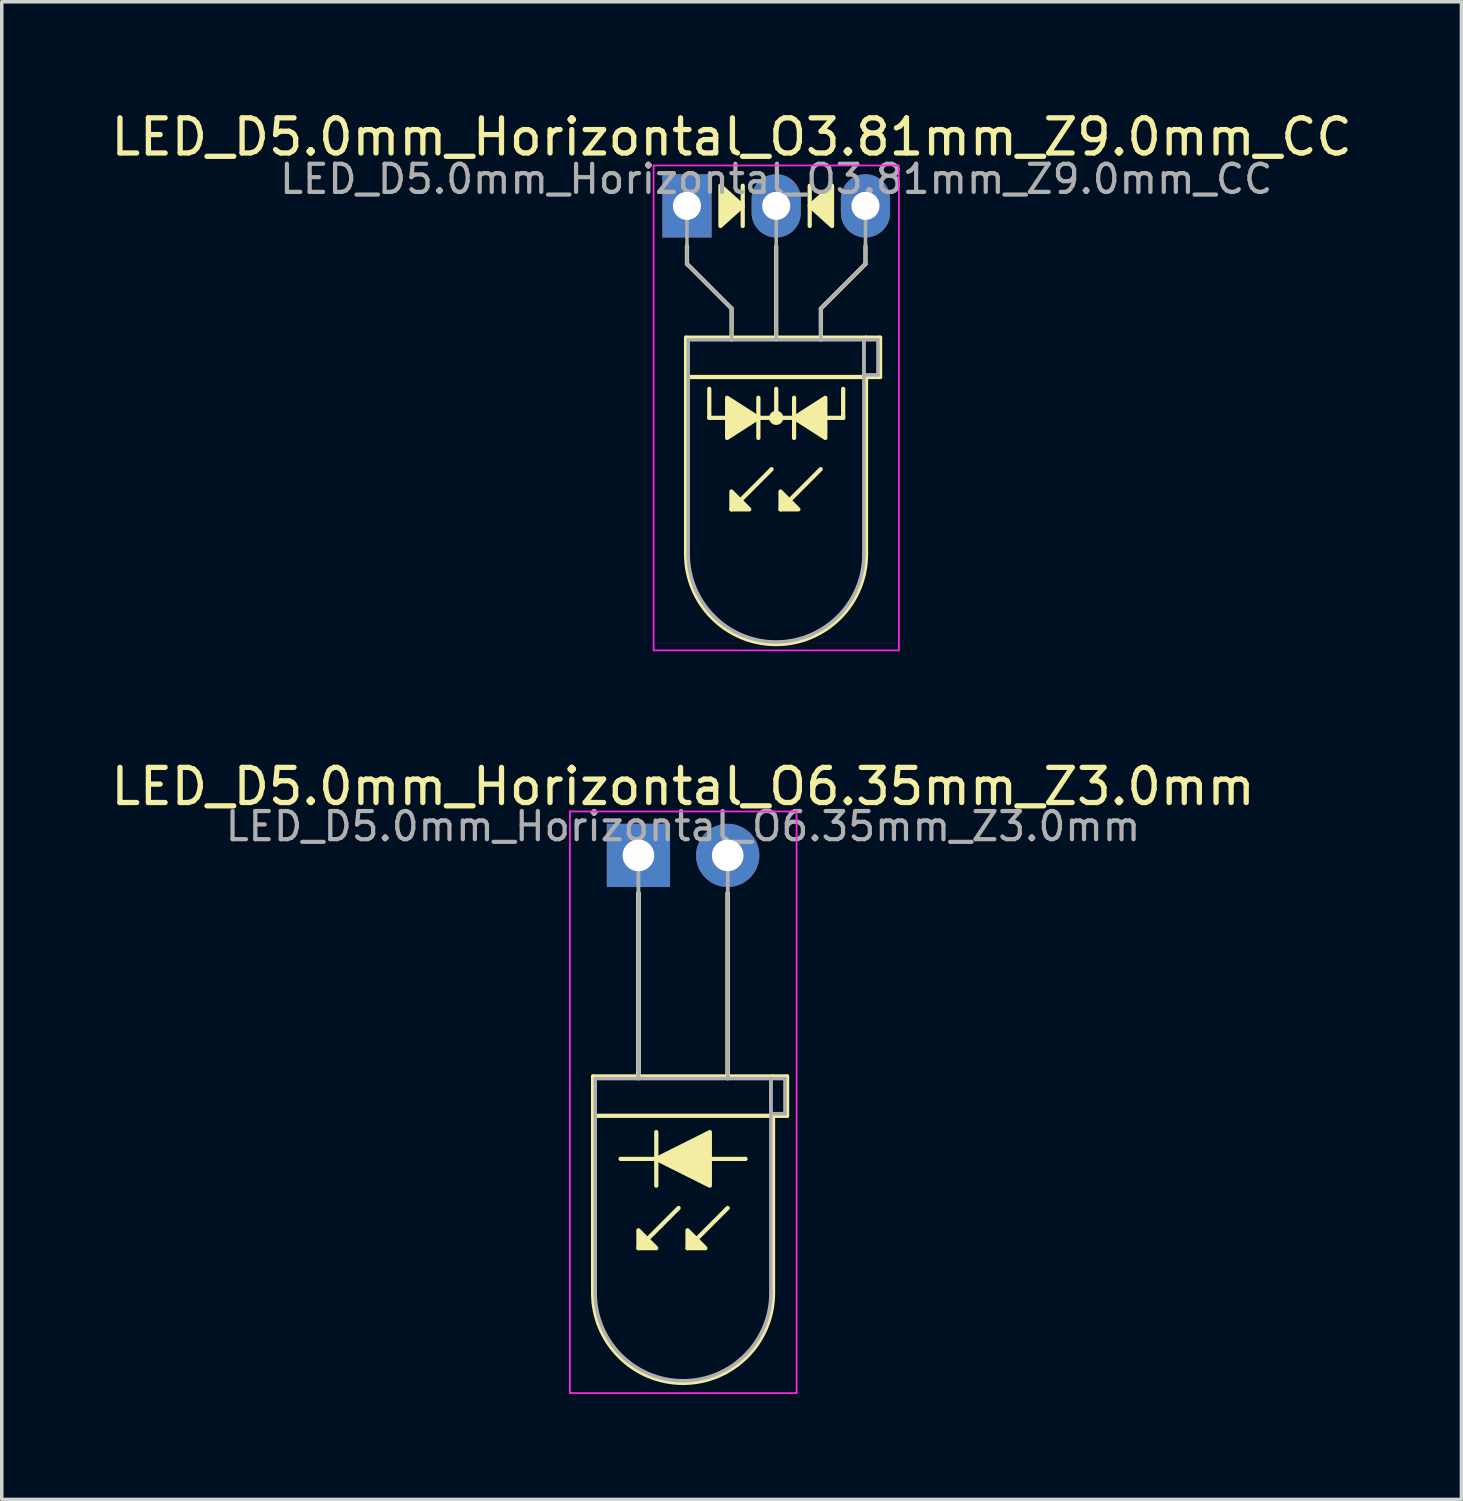
<source format=kicad_pcb>
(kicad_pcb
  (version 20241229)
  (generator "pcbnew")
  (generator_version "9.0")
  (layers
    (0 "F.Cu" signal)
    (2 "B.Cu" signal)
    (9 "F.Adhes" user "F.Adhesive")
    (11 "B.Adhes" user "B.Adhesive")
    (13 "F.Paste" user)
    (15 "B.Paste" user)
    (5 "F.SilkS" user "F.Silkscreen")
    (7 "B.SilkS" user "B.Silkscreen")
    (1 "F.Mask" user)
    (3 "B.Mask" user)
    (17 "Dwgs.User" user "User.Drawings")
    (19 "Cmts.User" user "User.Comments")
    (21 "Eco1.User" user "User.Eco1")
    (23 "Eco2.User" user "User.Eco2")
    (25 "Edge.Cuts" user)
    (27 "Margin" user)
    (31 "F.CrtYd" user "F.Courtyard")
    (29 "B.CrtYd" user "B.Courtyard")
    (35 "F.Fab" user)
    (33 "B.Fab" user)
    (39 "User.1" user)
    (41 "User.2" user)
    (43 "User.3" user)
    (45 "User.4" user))
  (footprint "LED_D5.0mm_Horizontal_O6.35mm_Z3.0mm"
    (layer "F.Cu")
    (at 15.117 21.291)
    (property "Reference" "LED_D5.0mm_Horizontal_O6.35mm_Z3.0mm" (at 1.27 -1.96 0) (layer "F.SilkS") (effects (font (size 1 1) (thickness 0.15))))
    (fp_line (start -1.29 6.29) (end -1.29 12.45) (stroke (width 0.12) (type solid)) (layer "F.SilkS"))
    (fp_line (start -1.29 6.29) (end 3.83 6.29) (stroke (width 0.12) (type solid)) (layer "F.SilkS"))
    (fp_line (start 0 1.08) (end 0 1.08) (stroke (width 0.12) (type solid)) (layer "F.SilkS"))
    (fp_line (start 0 1.08) (end 0 6.29) (stroke (width 0.12) (type solid)) (layer "F.SilkS"))
    (fp_line (start 0 6.29) (end 0 1.08) (stroke (width 0.12) (type solid)) (layer "F.SilkS"))
    (fp_line (start 0 6.29) (end 0 6.29) (stroke (width 0.12) (type solid)) (layer "F.SilkS"))
    (fp_line (start 0.508 7.874) (end 0.508 9.398) (stroke (width 0.12) (type solid)) (layer "F.SilkS"))
    (fp_line (start 0.508 8.636) (end -0.508 8.636) (stroke (width 0.12) (type solid)) (layer "F.SilkS"))
    (fp_line (start 1.143 10.033) (end 0 11.176) (stroke (width 0.12) (type solid)) (layer "F.SilkS"))
    (fp_line (start 2.54 1.08) (end 2.54 1.08) (stroke (width 0.12) (type solid)) (layer "F.SilkS"))
    (fp_line (start 2.54 1.08) (end 2.54 6.29) (stroke (width 0.12) (type solid)) (layer "F.SilkS"))
    (fp_line (start 2.54 6.29) (end 2.54 1.08) (stroke (width 0.12) (type solid)) (layer "F.SilkS"))
    (fp_line (start 2.54 6.29) (end 2.54 6.29) (stroke (width 0.12) (type solid)) (layer "F.SilkS"))
    (fp_line (start 2.54 10.033) (end 1.397 11.176) (stroke (width 0.12) (type solid)) (layer "F.SilkS"))
    (fp_line (start 3.048 8.636) (end 2.032 8.636) (stroke (width 0.12) (type solid)) (layer "F.SilkS"))
    (fp_line (start 3.83 6.29) (end 4.23 6.29) (stroke (width 0.12) (type solid)) (layer "F.SilkS"))
    (fp_line (start 3.83 7.41) (end 3.83 12.45) (stroke (width 0.12) (type solid)) (layer "F.SilkS"))
    (fp_line (start 4.23 6.29) (end 4.23 7.41) (stroke (width 0.12) (type solid)) (layer "F.SilkS"))
    (fp_line (start 4.23 7.41) (end -1.27 7.41) (stroke (width 0.12) (type solid)) (layer "F.SilkS"))
    (fp_arc (start 3.83 12.45) (mid 1.27 15.01) (end -1.29 12.45) (stroke (width 0.12) (type solid)) (layer "F.SilkS"))
    (fp_poly (pts (xy 0 10.668) (xy 0.508 11.176) (xy 0 11.176)) (stroke (width 0.12) (type solid)) (fill yes) (layer "F.SilkS"))
    (fp_poly (pts (xy 1.397 10.668) (xy 1.905 11.176) (xy 1.397 11.176)) (stroke (width 0.12) (type solid)) (fill yes) (layer "F.SilkS"))
    (fp_poly (pts (xy 2.032 9.398) (xy 0.508 8.636) (xy 2.032 7.874)) (stroke (width 0.12) (type solid)) (fill yes) (layer "F.SilkS"))
    (fp_line (start -1.95 -1.25) (end -1.95 15.3) (stroke (width 0.05) (type solid)) (layer "F.CrtYd"))
    (fp_line (start -1.95 15.3) (end 4.5 15.3) (stroke (width 0.05) (type solid)) (layer "F.CrtYd"))
    (fp_line (start 4.5 -1.25) (end -1.95 -1.25) (stroke (width 0.05) (type solid)) (layer "F.CrtYd"))
    (fp_line (start 4.5 15.3) (end 4.5 -1.25) (stroke (width 0.05) (type solid)) (layer "F.CrtYd"))
    (fp_line (start -1.23 6.35) (end -1.23 12.45) (stroke (width 0.1) (type solid)) (layer "F.Fab"))
    (fp_line (start -1.23 6.35) (end 3.77 6.35) (stroke (width 0.1) (type solid)) (layer "F.Fab"))
    (fp_line (start 0 0) (end 0 0) (stroke (width 0.1) (type solid)) (layer "F.Fab"))
    (fp_line (start 0 0) (end 0 6.35) (stroke (width 0.1) (type solid)) (layer "F.Fab"))
    (fp_line (start 0 6.35) (end 0 0) (stroke (width 0.1) (type solid)) (layer "F.Fab"))
    (fp_line (start 0 6.35) (end 0 6.35) (stroke (width 0.1) (type solid)) (layer "F.Fab"))
    (fp_line (start 2.54 0) (end 2.54 0) (stroke (width 0.1) (type solid)) (layer "F.Fab"))
    (fp_line (start 2.54 0) (end 2.54 6.35) (stroke (width 0.1) (type solid)) (layer "F.Fab"))
    (fp_line (start 2.54 6.35) (end 2.54 0) (stroke (width 0.1) (type solid)) (layer "F.Fab"))
    (fp_line (start 2.54 6.35) (end 2.54 6.35) (stroke (width 0.1) (type solid)) (layer "F.Fab"))
    (fp_line (start 3.77 6.35) (end 3.77 12.45) (stroke (width 0.1) (type solid)) (layer "F.Fab"))
    (fp_line (start 3.77 6.35) (end 4.17 6.35) (stroke (width 0.1) (type solid)) (layer "F.Fab"))
    (fp_line (start 3.77 7.35) (end 3.77 6.35) (stroke (width 0.1) (type solid)) (layer "F.Fab"))
    (fp_line (start 4.17 6.35) (end 4.17 7.35) (stroke (width 0.1) (type solid)) (layer "F.Fab"))
    (fp_line (start 4.17 7.35) (end 3.77 7.35) (stroke (width 0.1) (type solid)) (layer "F.Fab"))
    (fp_arc (start 3.77 12.45) (mid 1.27 14.95) (end -1.23 12.45) (stroke (width 0.1) (type solid)) (layer "F.Fab"))
    (fp_text user "${REFERENCE}" (at 1.27 -0.826 0) (layer "F.Fab") (effects (font (size 0.8 0.8) (thickness 0.12))))
    (pad "1" thru_hole rect (at 0 0) (size 1.8 1.8) (drill 0.9) (layers "*.Cu" "*.Mask"))
    (pad "2" thru_hole circle (at 2.54 0) (size 1.8 1.8) (drill 0.9) (layers "*.Cu" "*.Mask")))
  (footprint "LED_D5.0mm_Horizontal_O3.81mm_Z9.0mm_CC"
    (layer "F.Cu")
    (at 16.498 2.808)
    (property "Reference" "LED_D5.0mm_Horizontal_O3.81mm_Z9.0mm_CC" (at 1.27 -1.96 0) (layer "F.SilkS") (effects (font (size 1 1) (thickness 0.15))))
    (fp_line (start -0.025 3.75) (end -0.025 9.91) (stroke (width 0.12) (type solid)) (layer "F.SilkS"))
    (fp_line (start -0.025 3.75) (end 5.095 3.75) (stroke (width 0.12) (type solid)) (layer "F.SilkS"))
    (fp_line (start 0 1.143) (end 0 1.651) (stroke (width 0.12) (type default)) (layer "F.SilkS"))
    (fp_line (start 0 1.651) (end 1.27 2.921) (stroke (width 0.12) (type default)) (layer "F.SilkS"))
    (fp_line (start 0.635 6.032) (end 0.635 5.207) (stroke (width 0.12) (type default)) (layer "F.SilkS"))
    (fp_line (start 0.635 6.032) (end 4.445 6.032) (stroke (width 0.12) (type default)) (layer "F.SilkS"))
    (fp_line (start 1.265 3.75) (end 1.265 3.75) (stroke (width 0.12) (type solid)) (layer "F.SilkS"))
    (fp_line (start 1.27 2.921) (end 1.27 3.75) (stroke (width 0.12) (type default)) (layer "F.SilkS"))
    (fp_line (start 1.587 0.572) (end 1.587 -0.572) (stroke (width 0.12) (type solid)) (layer "F.SilkS"))
    (fp_line (start 2.032 6.604) (end 2.032 5.461) (stroke (width 0.12) (type solid)) (layer "F.SilkS"))
    (fp_line (start 2.408 7.493) (end 1.265 8.636) (stroke (width 0.12) (type solid)) (layer "F.SilkS"))
    (fp_line (start 2.54 3.75) (end 2.54 1.143) (stroke (width 0.12) (type default)) (layer "F.SilkS"))
    (fp_line (start 2.54 6.032) (end 2.54 5.207) (stroke (width 0.12) (type default)) (layer "F.SilkS"))
    (fp_line (start 3.048 5.461) (end 3.048 6.604) (stroke (width 0.12) (type solid)) (layer "F.SilkS"))
    (fp_line (start 3.493 -0.572) (end 3.493 0.572) (stroke (width 0.12) (type solid)) (layer "F.SilkS"))
    (fp_line (start 3.805 3.75) (end 3.805 3.75) (stroke (width 0.12) (type solid)) (layer "F.SilkS"))
    (fp_line (start 3.805 7.493) (end 2.662 8.636) (stroke (width 0.12) (type solid)) (layer "F.SilkS"))
    (fp_line (start 3.81 2.921) (end 3.81 3.75) (stroke (width 0.12) (type default)) (layer "F.SilkS"))
    (fp_line (start 4.445 6.032) (end 4.445 5.207) (stroke (width 0.12) (type default)) (layer "F.SilkS"))
    (fp_line (start 5.08 1.143) (end 5.08 1.651) (stroke (width 0.12) (type default)) (layer "F.SilkS"))
    (fp_line (start 5.08 1.651) (end 3.81 2.921) (stroke (width 0.12) (type default)) (layer "F.SilkS"))
    (fp_line (start 5.095 3.75) (end 5.495 3.75) (stroke (width 0.12) (type solid)) (layer "F.SilkS"))
    (fp_line (start 5.095 4.87) (end 5.095 9.91) (stroke (width 0.12) (type solid)) (layer "F.SilkS"))
    (fp_line (start 5.495 3.75) (end 5.495 4.87) (stroke (width 0.12) (type solid)) (layer "F.SilkS"))
    (fp_line (start 5.495 4.87) (end -0.005 4.87) (stroke (width 0.12) (type solid)) (layer "F.SilkS"))
    (fp_arc (start 5.095 9.91) (mid 2.535 12.47) (end -0.025 9.91) (stroke (width 0.12) (type solid)) (layer "F.SilkS"))
    (fp_circle (center 2.54 6.032) (end 2.682 6.032) (stroke (width 0.12) (type solid)) (fill yes) (layer "F.SilkS"))
    (fp_poly (pts (xy 0.953 -0.572) (xy 1.587 0) (xy 0.953 0.572)) (stroke (width 0.12) (type solid)) (fill yes) (layer "F.SilkS"))
    (fp_poly (pts (xy 1.143 5.461) (xy 2.032 6.032) (xy 1.143 6.604)) (stroke (width 0.12) (type solid)) (fill yes) (layer "F.SilkS"))
    (fp_poly (pts (xy 1.265 8.128) (xy 1.773 8.636) (xy 1.265 8.636)) (stroke (width 0.12) (type solid)) (fill yes) (layer "F.SilkS"))
    (fp_poly (pts (xy 2.662 8.128) (xy 3.17 8.636) (xy 2.662 8.636)) (stroke (width 0.12) (type solid)) (fill yes) (layer "F.SilkS"))
    (fp_poly (pts (xy 3.937 6.604) (xy 3.048 6.032) (xy 3.937 5.461)) (stroke (width 0.12) (type solid)) (fill yes) (layer "F.SilkS"))
    (fp_poly (pts (xy 4.128 0.572) (xy 3.493 0) (xy 4.128 -0.572)) (stroke (width 0.12) (type solid)) (fill yes) (layer "F.SilkS"))
    (fp_rect (start -0.95 -1.15) (end 6.03 12.65) (stroke (width 0.05) (type default)) (fill no) (layer "F.CrtYd"))
    (fp_line (start 0 0) (end 0 0) (stroke (width 0.1) (type solid)) (layer "F.Fab"))
    (fp_line (start 0 1.651) (end 0 0) (stroke (width 0.1) (type default)) (layer "F.Fab"))
    (fp_line (start 0.035 3.81) (end 0.035 9.91) (stroke (width 0.1) (type solid)) (layer "F.Fab"))
    (fp_line (start 0.035 3.81) (end 5.035 3.81) (stroke (width 0.1) (type solid)) (layer "F.Fab"))
    (fp_line (start 1.265 3.81) (end 1.265 3.81) (stroke (width 0.1) (type solid)) (layer "F.Fab"))
    (fp_line (start 1.27 2.921) (end 0 1.651) (stroke (width 0.1) (type default)) (layer "F.Fab"))
    (fp_line (start 1.27 2.921) (end 1.27 3.81) (stroke (width 0.1) (type default)) (layer "F.Fab"))
    (fp_line (start 2.54 0) (end 2.54 0) (stroke (width 0.1) (type solid)) (layer "F.Fab"))
    (fp_line (start 2.54 0) (end 2.54 3.81) (stroke (width 0.1) (type default)) (layer "F.Fab"))
    (fp_line (start 3.805 3.81) (end 3.805 3.81) (stroke (width 0.1) (type solid)) (layer "F.Fab"))
    (fp_line (start 3.81 2.921) (end 3.81 3.81) (stroke (width 0.1) (type default)) (layer "F.Fab"))
    (fp_line (start 3.81 2.921) (end 5.08 1.651) (stroke (width 0.1) (type default)) (layer "F.Fab"))
    (fp_line (start 5.035 3.81) (end 5.035 9.91) (stroke (width 0.1) (type solid)) (layer "F.Fab"))
    (fp_line (start 5.035 3.81) (end 5.435 3.81) (stroke (width 0.1) (type solid)) (layer "F.Fab"))
    (fp_line (start 5.035 4.81) (end 5.035 3.81) (stroke (width 0.1) (type solid)) (layer "F.Fab"))
    (fp_line (start 5.08 1.651) (end 5.08 0) (stroke (width 0.1) (type default)) (layer "F.Fab"))
    (fp_line (start 5.435 3.81) (end 5.435 4.81) (stroke (width 0.1) (type solid)) (layer "F.Fab"))
    (fp_line (start 5.435 4.81) (end 5.035 4.81) (stroke (width 0.1) (type solid)) (layer "F.Fab"))
    (fp_arc (start 5.035 9.91) (mid 2.535 12.41) (end 0.035 9.91) (stroke (width 0.1) (type solid)) (layer "F.Fab"))
    (fp_text user "${REFERENCE}" (at 2.54 -0.762 0) (layer "F.Fab") (effects (font (size 0.8 0.8) (thickness 0.12))))
    (pad "1" thru_hole rect (at 0 0) (size 1.4 1.8) (drill 0.8) (layers "*.Cu" "*.Mask"))
    (pad "2" thru_hole oval (at 2.54 0) (size 1.4 1.8) (drill 0.8) (layers "*.Cu" "*.Mask"))
    (pad "3" thru_hole oval (at 5.08 0) (size 1.4 1.8) (drill 0.8) (layers "*.Cu" "*.Mask")))
  (gr_rect
    (start -3 -3)
    (end 38.536 39.617)
    (stroke (width 0.1) (type default))
    (fill no)
    (layer "Edge.Cuts")))
</source>
